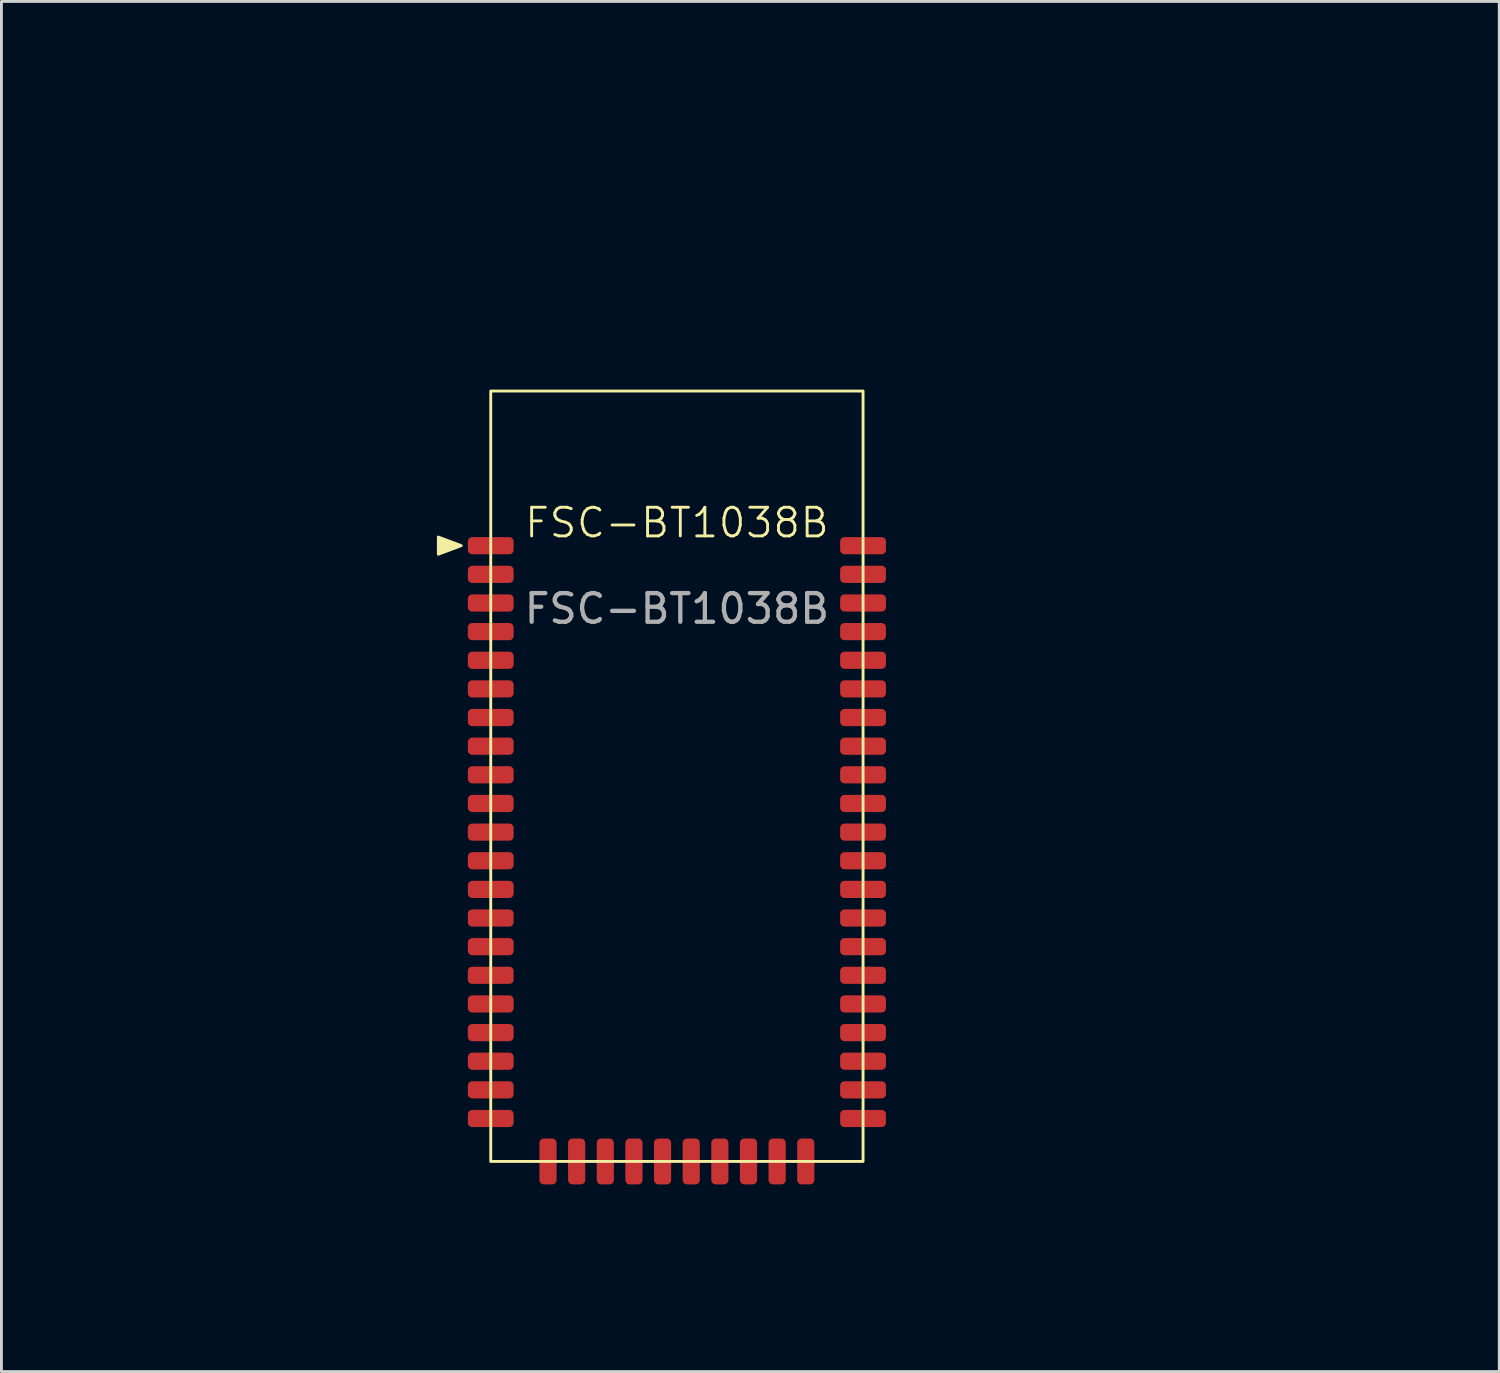
<source format=kicad_pcb>
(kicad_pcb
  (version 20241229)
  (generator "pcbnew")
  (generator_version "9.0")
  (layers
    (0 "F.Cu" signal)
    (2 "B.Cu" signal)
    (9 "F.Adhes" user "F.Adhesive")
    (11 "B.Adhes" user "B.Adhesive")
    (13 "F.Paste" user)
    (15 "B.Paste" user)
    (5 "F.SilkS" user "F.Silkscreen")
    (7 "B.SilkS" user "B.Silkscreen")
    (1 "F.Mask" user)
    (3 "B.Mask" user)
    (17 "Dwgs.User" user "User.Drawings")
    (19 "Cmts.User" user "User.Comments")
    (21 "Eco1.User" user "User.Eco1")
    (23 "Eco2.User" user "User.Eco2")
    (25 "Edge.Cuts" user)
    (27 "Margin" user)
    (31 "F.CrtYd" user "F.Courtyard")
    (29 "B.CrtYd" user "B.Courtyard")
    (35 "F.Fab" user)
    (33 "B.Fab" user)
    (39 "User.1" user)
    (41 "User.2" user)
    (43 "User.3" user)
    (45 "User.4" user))
  (footprint "FSC-BT1038B"
    (layer "F.Cu")
    (at 20.585 15.704)
    (property "Reference" "FSC-BT1038B" (at 0 -0.5 0) (unlocked yes) (layer "F.SilkS") (effects (font (size 1 1) (thickness 0.1))))
    (attr smd)
    (fp_rect (start -6.5 -5.1) (end 6.5 21.8) (stroke (width 0.1) (type default)) (fill no) (layer "F.SilkS"))
    (fp_poly (pts (xy -7.53 0.298) (xy -8.33 -0.002) (xy -8.33 0.598)) (stroke (width 0.1) (type solid)) (fill yes) (layer "F.SilkS"))
    (fp_text user "${REFERENCE}" (at 0 2.5 0) (unlocked yes) (layer "F.Fab") (effects (font (size 1 1) (thickness 0.15))))
    (dimension (type aligned) (layer "User.1") (pts (xy 14.085 36.004) (xy 14.085 37.504)) (height 4) (format (prefix "") (suffix "") (units 3) (units_format 1) (precision 4)) (style (thickness 0.1) (arrow_length 1.27) (text_position_mode 0) (arrow_direction outward) (extension_height 0.586) (extension_offset 0.5) (keep_text_aligned yes)) (gr_text "1.5000 mm" (at 8.935 36.754 90) (layer "User.1") (effects (font (size 1 1) (thickness 0.15)))))
    (dimension (type aligned) (layer "User.1") (pts (xy 27.085 10.604) (xy 27.085 15.704)) (height -7) (format (prefix "") (suffix "") (units 3) (units_format 1) (precision 4)) (style (thickness 0.1) (arrow_length 1.27) (text_position_mode 0) (arrow_direction outward) (extension_height 0.586) (extension_offset 0.5) (keep_text_aligned yes)) (gr_text "5.1000 mm" (at 32.935 13.154 90) (layer "User.1") (effects (font (size 1 1) (thickness 0.15)))))
    (dimension (type aligned) (layer "User.1") (pts (xy 14.085 10.604) (xy 14.085 37.504)) (height 8) (format (prefix "") (suffix "") (units 3) (units_format 1) (precision 4)) (style (thickness 0.1) (arrow_length 1.27) (text_position_mode 0) (arrow_direction outward) (extension_height 0.586) (extension_offset 0.5) (keep_text_aligned yes)) (gr_text "26.9000 mm" (at 4.935 24.054 90) (layer "User.1") (effects (font (size 1 1) (thickness 0.15)))))
    (dimension (type aligned) (layer "User.1") (pts (xy 14.085 10.604) (xy 27.085 10.604)) (height -1.9) (format (prefix "") (suffix "") (units 3) (units_format 1) (precision 4)) (style (thickness 0.1) (arrow_length 1.27) (text_position_mode 0) (arrow_direction outward) (extension_height 0.586) (extension_offset 0.5) (keep_text_aligned yes)) (gr_text "13.0000 mm" (at 20.585 7.554 0) (layer "User.1") (effects (font (size 1 1) (thickness 0.15)))))
    (dimension (type aligned) (layer "User.1") (pts (xy 27.085 27.004) (xy 27.085 28.004)) (height -3.5) (format (prefix "") (suffix "") (units 3) (units_format 1) (precision 4)) (style (thickness 0.1) (arrow_length 1.27) (text_position_mode 0) (arrow_direction outward) (extension_height 0.586) (extension_offset 0.5) (keep_text_aligned yes)) (gr_text "1.0000 mm" (at 29.435 27.504 90) (layer "User.1") (effects (font (size 1 1) (thickness 0.15)))))
    (dimension (type aligned) (layer "User.1") (pts (xy 9.085 5.604) (xy 32.085 5.604)) (height -2.4) (format (prefix "") (suffix "") (units 3) (units_format 1) (precision 4)) (style (thickness 0.2) (arrow_length 1.27) (text_position_mode 0) (arrow_direction outward) (extension_height 0.586) (extension_offset 0.5) (keep_text_aligned yes)) (gr_text "23.0000 mm" (at 20.585 1.404 0) (layer "User.1") (effects (font (size 1.5 1.5) (thickness 0.3)))))
    (dimension (type aligned) (layer "User.1") (pts (xy 16.085 37.504) (xy 14.085 37.504)) (height -3.7) (format (prefix "") (suffix "") (units 3) (units_format 1) (precision 4)) (style (thickness 0.1) (arrow_length 1.27) (text_position_mode 0) (arrow_direction outward) (extension_height 0.586) (extension_offset 0.5) (keep_text_aligned yes)) (gr_text "2.0000 mm" (at 15.085 40.054 0) (layer "User.1") (effects (font (size 1 1) (thickness 0.15)))))
    (dimension (type aligned) (layer "User.1") (pts (xy 32.085 5.604) (xy 32.085 15.704)) (height -8.5) (format (prefix "") (suffix "") (units 3) (units_format 1) (precision 4)) (style (thickness 0.2) (arrow_length 1.27) (text_position_mode 0) (arrow_direction outward) (extension_height 0.586) (extension_offset 0.5) (keep_text_aligned yes)) (gr_text "10.1000 mm" (at 38.785 10.654 90) (layer "User.1") (effects (font (size 1.5 1.5) (thickness 0.3)))))
    (pad "1" smd roundrect (at -6.5 0.3) (size 1.6 0.6) (layers "F.Cu" "F.Mask" "F.Paste") (roundrect_rratio 0.25))
    (pad "2" smd roundrect (at -6.5 1.3) (size 1.6 0.6) (layers "F.Cu" "F.Mask" "F.Paste") (roundrect_rratio 0.25))
    (pad "3" smd roundrect (at -6.5 2.3) (size 1.6 0.6) (layers "F.Cu" "F.Mask" "F.Paste") (roundrect_rratio 0.25))
    (pad "4" smd roundrect (at -6.5 3.3) (size 1.6 0.6) (layers "F.Cu" "F.Mask" "F.Paste") (roundrect_rratio 0.25))
    (pad "5" smd roundrect (at -6.5 4.3) (size 1.6 0.6) (layers "F.Cu" "F.Mask" "F.Paste") (roundrect_rratio 0.25))
    (pad "6" smd roundrect (at -6.5 5.3) (size 1.6 0.6) (layers "F.Cu" "F.Mask" "F.Paste") (roundrect_rratio 0.25))
    (pad "7" smd roundrect (at -6.5 6.3) (size 1.6 0.6) (layers "F.Cu" "F.Mask" "F.Paste") (roundrect_rratio 0.25))
    (pad "8" smd roundrect (at -6.5 7.3) (size 1.6 0.6) (layers "F.Cu" "F.Mask" "F.Paste") (roundrect_rratio 0.25))
    (pad "9" smd roundrect (at -6.5 8.3) (size 1.6 0.6) (layers "F.Cu" "F.Mask" "F.Paste") (roundrect_rratio 0.25))
    (pad "10" smd roundrect (at -6.5 9.3) (size 1.6 0.6) (layers "F.Cu" "F.Mask" "F.Paste") (roundrect_rratio 0.25))
    (pad "11" smd roundrect (at -6.5 10.3) (size 1.6 0.6) (layers "F.Cu" "F.Mask" "F.Paste") (roundrect_rratio 0.25))
    (pad "12" smd roundrect (at -6.5 11.3) (size 1.6 0.6) (layers "F.Cu" "F.Mask" "F.Paste") (roundrect_rratio 0.25))
    (pad "13" smd roundrect (at -6.5 12.3) (size 1.6 0.6) (layers "F.Cu" "F.Mask" "F.Paste") (roundrect_rratio 0.25))
    (pad "14" smd roundrect (at -6.5 13.3) (size 1.6 0.6) (layers "F.Cu" "F.Mask" "F.Paste") (roundrect_rratio 0.25))
    (pad "15" smd roundrect (at -6.5 14.3) (size 1.6 0.6) (layers "F.Cu" "F.Mask" "F.Paste") (roundrect_rratio 0.25))
    (pad "16" smd roundrect (at -6.5 15.3) (size 1.6 0.6) (layers "F.Cu" "F.Mask" "F.Paste") (roundrect_rratio 0.25))
    (pad "17" smd roundrect (at -6.5 16.3) (size 1.6 0.6) (layers "F.Cu" "F.Mask" "F.Paste") (roundrect_rratio 0.25))
    (pad "18" smd roundrect (at -6.5 17.3) (size 1.6 0.6) (layers "F.Cu" "F.Mask" "F.Paste") (roundrect_rratio 0.25))
    (pad "19" smd roundrect (at -6.5 18.3) (size 1.6 0.6) (layers "F.Cu" "F.Mask" "F.Paste") (roundrect_rratio 0.25))
    (pad "20" smd roundrect (at -6.5 19.3) (size 1.6 0.6) (layers "F.Cu" "F.Mask" "F.Paste") (roundrect_rratio 0.25))
    (pad "21" smd roundrect (at -6.5 20.3) (size 1.6 0.6) (layers "F.Cu" "F.Mask" "F.Paste") (roundrect_rratio 0.25))
    (pad "22" smd roundrect (at -4.5 21.8) (size 0.6 1.6) (layers "F.Cu" "F.Mask" "F.Paste") (roundrect_rratio 0.25))
    (pad "23" smd roundrect (at -3.5 21.8) (size 0.6 1.6) (layers "F.Cu" "F.Mask" "F.Paste") (roundrect_rratio 0.25))
    (pad "24" smd roundrect (at -2.5 21.8) (size 0.6 1.6) (layers "F.Cu" "F.Mask" "F.Paste") (roundrect_rratio 0.25))
    (pad "25" smd roundrect (at -1.5 21.8) (size 0.6 1.6) (layers "F.Cu" "F.Mask" "F.Paste") (roundrect_rratio 0.25))
    (pad "26" smd roundrect (at -0.5 21.8) (size 0.6 1.6) (layers "F.Cu" "F.Mask" "F.Paste") (roundrect_rratio 0.25))
    (pad "27" smd roundrect (at 0.5 21.8) (size 0.6 1.6) (layers "F.Cu" "F.Mask" "F.Paste") (roundrect_rratio 0.25))
    (pad "28" smd roundrect (at 1.5 21.8) (size 0.6 1.6) (layers "F.Cu" "F.Mask" "F.Paste") (roundrect_rratio 0.25))
    (pad "29" smd roundrect (at 2.5 21.8) (size 0.6 1.6) (layers "F.Cu" "F.Mask" "F.Paste") (roundrect_rratio 0.25))
    (pad "30" smd roundrect (at 3.5 21.8) (size 0.6 1.6) (layers "F.Cu" "F.Mask" "F.Paste") (roundrect_rratio 0.25))
    (pad "31" smd roundrect (at 4.5 21.8) (size 0.6 1.6) (layers "F.Cu" "F.Mask" "F.Paste") (roundrect_rratio 0.25))
    (pad "32" smd roundrect (at 6.5 20.3) (size 1.6 0.6) (layers "F.Cu" "F.Mask" "F.Paste") (roundrect_rratio 0.25))
    (pad "33" smd roundrect (at 6.5 19.3) (size 1.6 0.6) (layers "F.Cu" "F.Mask" "F.Paste") (roundrect_rratio 0.25))
    (pad "34" smd roundrect (at 6.5 18.3) (size 1.6 0.6) (layers "F.Cu" "F.Mask" "F.Paste") (roundrect_rratio 0.25))
    (pad "35" smd roundrect (at 6.5 17.3) (size 1.6 0.6) (layers "F.Cu" "F.Mask" "F.Paste") (roundrect_rratio 0.25))
    (pad "36" smd roundrect (at 6.5 16.3) (size 1.6 0.6) (layers "F.Cu" "F.Mask" "F.Paste") (roundrect_rratio 0.25))
    (pad "37" smd roundrect (at 6.5 15.3) (size 1.6 0.6) (layers "F.Cu" "F.Mask" "F.Paste") (roundrect_rratio 0.25))
    (pad "38" smd roundrect (at 6.5 14.3) (size 1.6 0.6) (layers "F.Cu" "F.Mask" "F.Paste") (roundrect_rratio 0.25))
    (pad "39" smd roundrect (at 6.5 13.3) (size 1.6 0.6) (layers "F.Cu" "F.Mask" "F.Paste") (roundrect_rratio 0.25))
    (pad "40" smd roundrect (at 6.5 12.3) (size 1.6 0.6) (layers "F.Cu" "F.Mask" "F.Paste") (roundrect_rratio 0.25))
    (pad "41" smd roundrect (at 6.5 11.3) (size 1.6 0.6) (layers "F.Cu" "F.Mask" "F.Paste") (roundrect_rratio 0.25))
    (pad "42" smd roundrect (at 6.5 10.3) (size 1.6 0.6) (layers "F.Cu" "F.Mask" "F.Paste") (roundrect_rratio 0.25))
    (pad "43" smd roundrect (at 6.5 9.3) (size 1.6 0.6) (layers "F.Cu" "F.Mask" "F.Paste") (roundrect_rratio 0.25))
    (pad "44" smd roundrect (at 6.5 8.3) (size 1.6 0.6) (layers "F.Cu" "F.Mask" "F.Paste") (roundrect_rratio 0.25))
    (pad "45" smd roundrect (at 6.5 7.3) (size 1.6 0.6) (layers "F.Cu" "F.Mask" "F.Paste") (roundrect_rratio 0.25))
    (pad "46" smd roundrect (at 6.5 6.3) (size 1.6 0.6) (layers "F.Cu" "F.Mask" "F.Paste") (roundrect_rratio 0.25))
    (pad "47" smd roundrect (at 6.5 5.3) (size 1.6 0.6) (layers "F.Cu" "F.Mask" "F.Paste") (roundrect_rratio 0.25))
    (pad "48" smd roundrect (at 6.5 4.3) (size 1.6 0.6) (layers "F.Cu" "F.Mask" "F.Paste") (roundrect_rratio 0.25))
    (pad "49" smd roundrect (at 6.5 3.3) (size 1.6 0.6) (layers "F.Cu" "F.Mask" "F.Paste") (roundrect_rratio 0.25))
    (pad "50" smd roundrect (at 6.5 2.3) (size 1.6 0.6) (layers "F.Cu" "F.Mask" "F.Paste") (roundrect_rratio 0.25))
    (pad "51" smd roundrect (at 6.5 1.3) (size 1.6 0.6) (layers "F.Cu" "F.Mask" "F.Paste") (roundrect_rratio 0.25))
    (pad "52" smd roundrect (at 6.5 0.3) (size 1.6 0.6) (layers "F.Cu" "F.Mask" "F.Paste") (roundrect_rratio 0.25))
    (zone (net_name "") (layers "F.Cu" "B.Cu") (name "KEEP OUT") (hatch edge 0.5) (connect_pads) (min_thickness 0.25) (filled_areas_thickness no) (keepout (tracks not_allowed) (vias not_allowed) (pads not_allowed) (copperpour allowed) (footprints allowed)) (placement (enabled no)) (fill) (polygon (pts (xy 9.085 15.704) (xy 32.085 15.704) (xy 32.085 5.604) (xy 9.085 5.604)))))
  (gr_rect
    (start -3 -3)
    (end 49.299 44.84)
    (stroke (width 0.1) (type default))
    (fill no)
    (layer "Edge.Cuts")))
</source>
